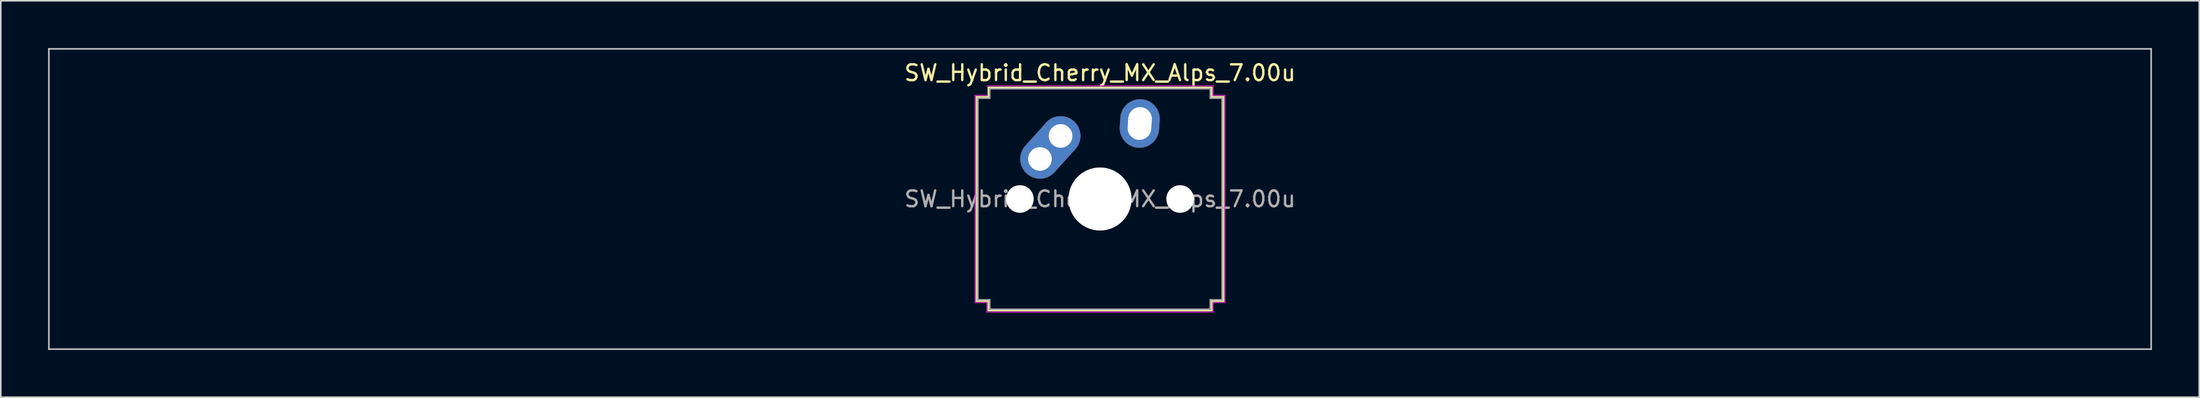
<source format=kicad_pcb>
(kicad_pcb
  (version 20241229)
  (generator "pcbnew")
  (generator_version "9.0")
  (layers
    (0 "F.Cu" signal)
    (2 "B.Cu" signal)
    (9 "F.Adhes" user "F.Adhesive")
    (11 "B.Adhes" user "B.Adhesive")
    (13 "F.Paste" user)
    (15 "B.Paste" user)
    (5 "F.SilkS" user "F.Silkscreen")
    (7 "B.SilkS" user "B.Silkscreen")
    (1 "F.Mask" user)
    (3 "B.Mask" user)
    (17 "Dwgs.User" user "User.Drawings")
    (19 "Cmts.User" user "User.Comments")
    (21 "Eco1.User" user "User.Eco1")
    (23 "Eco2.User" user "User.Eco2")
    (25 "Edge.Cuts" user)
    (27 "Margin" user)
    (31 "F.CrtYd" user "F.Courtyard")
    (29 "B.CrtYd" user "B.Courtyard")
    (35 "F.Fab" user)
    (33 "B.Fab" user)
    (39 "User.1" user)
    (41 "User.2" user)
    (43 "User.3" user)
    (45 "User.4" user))
  (footprint "SW_Hybrid_Cherry_MX_Alps_7.00u"
    (layer "F.Cu")
    (at 66.725 9.575)
    (property "Reference" "SW_Hybrid_Cherry_MX_Alps_7.00u" (at 0 -8 0) (layer "F.SilkS") (effects (font (size 1 1) (thickness 0.15))))
    (attr through_hole)
    (fp_line (start -7.821 -6.471) (end -7.071 -6.471) (stroke (width 0.12) (type solid)) (layer "F.SilkS"))
    (fp_line (start -7.821 6.471) (end -7.821 -6.471) (stroke (width 0.12) (type solid)) (layer "F.SilkS"))
    (fp_line (start -7.071 -7.071) (end 7.071 -7.071) (stroke (width 0.12) (type solid)) (layer "F.SilkS"))
    (fp_line (start -7.071 -6.471) (end -7.071 -7.071) (stroke (width 0.12) (type solid)) (layer "F.SilkS"))
    (fp_line (start -7.071 6.471) (end -7.821 6.471) (stroke (width 0.12) (type solid)) (layer "F.SilkS"))
    (fp_line (start -7.071 7.071) (end -7.071 6.471) (stroke (width 0.12) (type solid)) (layer "F.SilkS"))
    (fp_line (start 7.071 -7.071) (end 7.071 -6.471) (stroke (width 0.12) (type solid)) (layer "F.SilkS"))
    (fp_line (start 7.071 -6.471) (end 7.821 -6.471) (stroke (width 0.12) (type solid)) (layer "F.SilkS"))
    (fp_line (start 7.071 6.471) (end 7.071 7.071) (stroke (width 0.12) (type solid)) (layer "F.SilkS"))
    (fp_line (start 7.071 7.071) (end -7.071 7.071) (stroke (width 0.12) (type solid)) (layer "F.SilkS"))
    (fp_line (start 7.821 -6.471) (end 7.821 6.471) (stroke (width 0.12) (type solid)) (layer "F.SilkS"))
    (fp_line (start 7.821 6.471) (end 7.071 6.471) (stroke (width 0.12) (type solid)) (layer "F.SilkS"))
    (fp_line (start -66.675 -9.525) (end -66.675 9.525) (stroke (width 0.1) (type solid)) (layer "Dwgs.User"))
    (fp_line (start -66.675 9.525) (end 66.675 9.525) (stroke (width 0.1) (type solid)) (layer "Dwgs.User"))
    (fp_line (start 66.675 -9.525) (end -66.675 -9.525) (stroke (width 0.1) (type solid)) (layer "Dwgs.User"))
    (fp_line (start 66.675 9.525) (end 66.675 -9.525) (stroke (width 0.1) (type solid)) (layer "Dwgs.User"))
    (fp_line (start -7.927 -6.577) (end -7.177 -6.577) (stroke (width 0.05) (type solid)) (layer "F.CrtYd"))
    (fp_line (start -7.927 6.577) (end -7.927 -6.577) (stroke (width 0.05) (type solid)) (layer "F.CrtYd"))
    (fp_line (start -7.177 -7.177) (end 7.177 -7.177) (stroke (width 0.05) (type solid)) (layer "F.CrtYd"))
    (fp_line (start -7.177 6.577) (end -7.927 6.577) (stroke (width 0.05) (type solid)) (layer "F.CrtYd"))
    (fp_line (start -7.177 7.177) (end -7.177 6.577) (stroke (width 0.05) (type solid)) (layer "F.CrtYd"))
    (fp_line (start 7.177 -7.177) (end 7.177 -6.577) (stroke (width 0.05) (type solid)) (layer "F.CrtYd"))
    (fp_line (start 7.177 -6.577) (end 7.927 -6.577) (stroke (width 0.05) (type solid)) (layer "F.CrtYd"))
    (fp_line (start 7.177 6.577) (end 7.177 7.177) (stroke (width 0.05) (type solid)) (layer "F.CrtYd"))
    (fp_line (start 7.177 7.177) (end -7.177 7.177) (stroke (width 0.05) (type solid)) (layer "F.CrtYd"))
    (fp_line (start 7.927 -6.577) (end 7.927 6.577) (stroke (width 0.05) (type solid)) (layer "F.CrtYd"))
    (fp_line (start 7.927 6.577) (end 7.177 6.577) (stroke (width 0.05) (type solid)) (layer "F.CrtYd"))
    (fp_line (start -7.75 -6.4) (end -7 -6.4) (stroke (width 0.1) (type solid)) (layer "F.Fab"))
    (fp_line (start -7.75 6.4) (end -7.75 -6.4) (stroke (width 0.1) (type solid)) (layer "F.Fab"))
    (fp_line (start -7 -7) (end 7 -7) (stroke (width 0.1) (type solid)) (layer "F.Fab"))
    (fp_line (start -7 -6.4) (end -7 -7) (stroke (width 0.1) (type solid)) (layer "F.Fab"))
    (fp_line (start -7 6.4) (end -7.75 6.4) (stroke (width 0.1) (type solid)) (layer "F.Fab"))
    (fp_line (start -7 7) (end -7 6.4) (stroke (width 0.1) (type solid)) (layer "F.Fab"))
    (fp_line (start 7 -7) (end 7 -6.4) (stroke (width 0.1) (type solid)) (layer "F.Fab"))
    (fp_line (start 7 -6.4) (end 7.75 -6.4) (stroke (width 0.1) (type solid)) (layer "F.Fab"))
    (fp_line (start 7 6.4) (end 7 7) (stroke (width 0.1) (type solid)) (layer "F.Fab"))
    (fp_line (start 7 7) (end -7 7) (stroke (width 0.1) (type solid)) (layer "F.Fab"))
    (fp_line (start 7.75 -6.4) (end 7.75 6.4) (stroke (width 0.1) (type solid)) (layer "F.Fab"))
    (fp_line (start 7.75 6.4) (end 7 6.4) (stroke (width 0.1) (type solid)) (layer "F.Fab"))
    (fp_text user "${REFERENCE}" (at 0 0 0) (layer "F.Fab") (effects (font (size 1 1) (thickness 0.15))))
    (pad "" np_thru_hole circle (at -5.08 0) (size 1.75 1.75) (drill 1.75) (layers "*.Cu" "*.Mask"))
    (pad "" np_thru_hole circle (at 0 0) (size 4 4) (drill 4) (layers "*.Cu" "*.Mask"))
    (pad "" np_thru_hole circle (at 5.08 0) (size 1.75 1.75) (drill 1.75) (layers "*.Cu" "*.Mask"))
    (pad "1" thru_hole oval (at -3.81 -2.54 48) (size 4.462 2.5) (drill 1.5 (offset 0.981 0)) (layers "*.Cu" "*.Mask"))
    (pad "1" thru_hole circle (at -2.5 -4) (size 2.5 2.5) (drill 1.5) (layers "*.Cu" "*.Mask"))
    (pad "2" thru_hole oval (at 2.52 -4.79 86) (size 3.081 2.5) (drill oval 2.081 1.5) (layers "*.Cu" "*.Mask")))
  (gr_rect
    (start -3 -3)
    (end 136.45 22.15)
    (stroke (width 0.1) (type default))
    (fill no)
    (layer "Edge.Cuts")))
</source>
